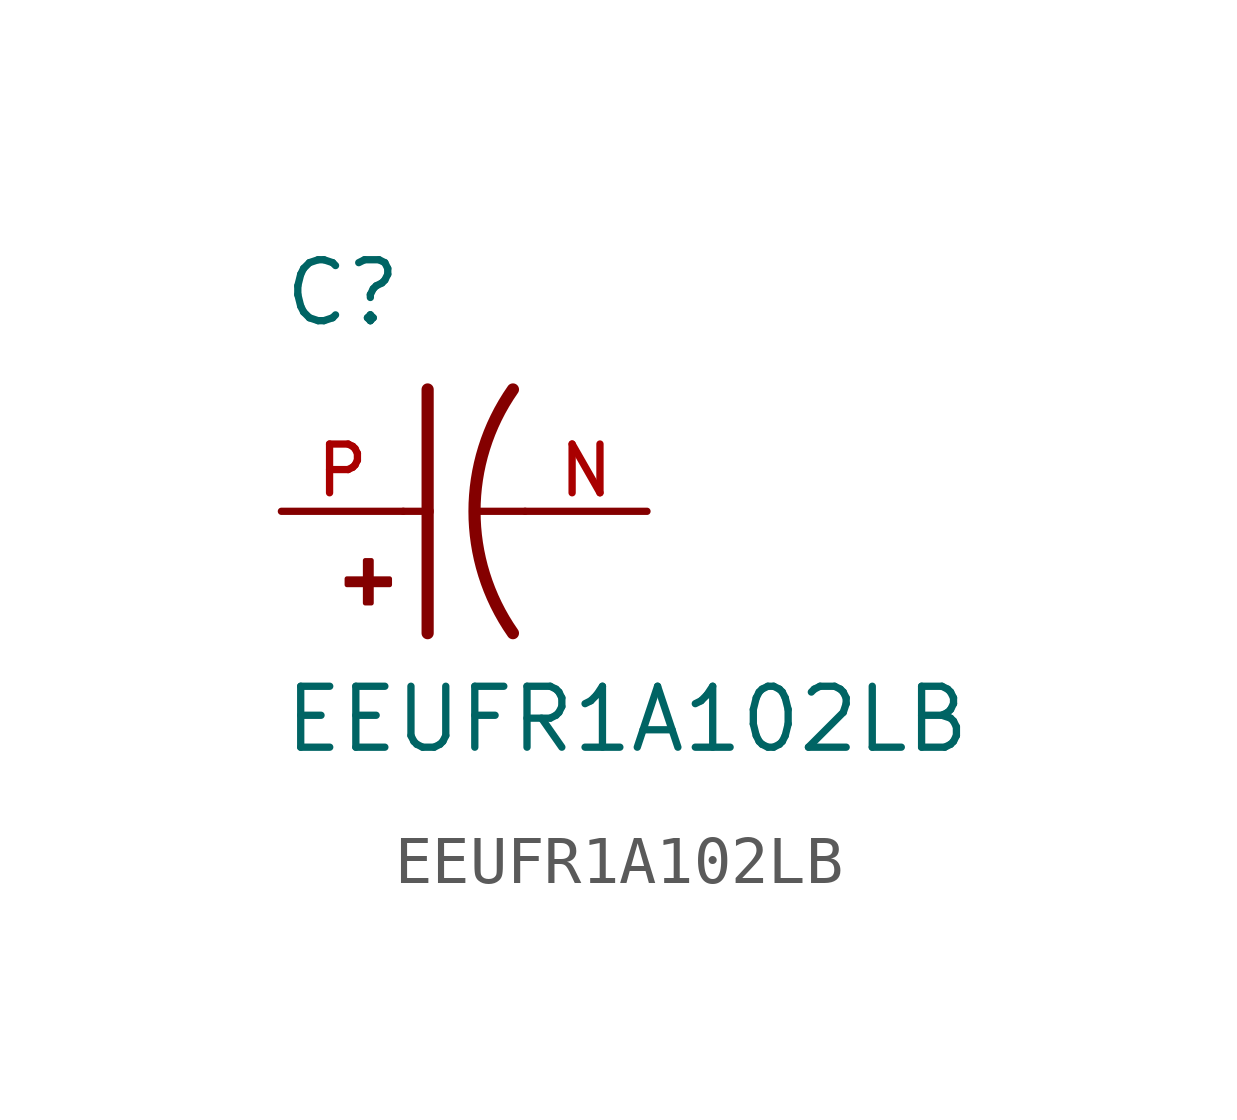
<source format=kicad_sym>
(kicad_symbol_lib
  (version 20211014)
  (generator kicad_symbol_editor)
  (symbol "EEUFR1A102LB"
    (pin_names
      (offset 1.016))
    (property "Reference" "C"
      (at -2.54 3.81 0)
      (effects (font (size 1.27 1.27)) (justify bottom left)))
    (property "Value" "EEUFR1A102LB"
      (at -2.54 -5.08 0)
      (effects (font (size 1.27 1.27)) (justify bottom left)))
    (symbol "EEUFR1A102LB_0_0"
      (arc (start 2.286 -2.54) (mid 1.4851 -0.0) (end 2.286 2.54) (stroke (width 0.254) (type default) (color 0 0 0 0)) (fill (type none)))
      (polyline (pts (xy 0.508 2.54) (xy 0.508 0.0)) (stroke (width 0.254)))
      (rectangle (start -1.173 -1.532) (end -0.284 -1.405) (stroke (width 0.1)) (fill (type outline)))
      (rectangle (start -0.792 -1.913) (end -0.665 -1.024) (stroke (width 0.1)) (fill (type outline)))
      (polyline (pts (xy 0.508 0.0) (xy 0.508 -2.54)) (stroke (width 0.254)))
      (polyline (pts (xy 0.0 0.0) (xy 0.508 0.0)) (stroke (width 0.152)))
      (polyline (pts (xy 2.54 0.0) (xy 1.524 0.0)) (stroke (width 0.152)))
      (pin passive line (at -2.54 0.0 0) (length 2.54) (name "~" (effects (font (size 1.016 1.016)))) (number "P" (effects (font (size 1.016 1.016)))))
      (pin passive line (at 5.08 0.0 180.0) (length 2.54) (name "~" (effects (font (size 1.016 1.016)))) (number "N" (effects (font (size 1.016 1.016))))))))
</source>
